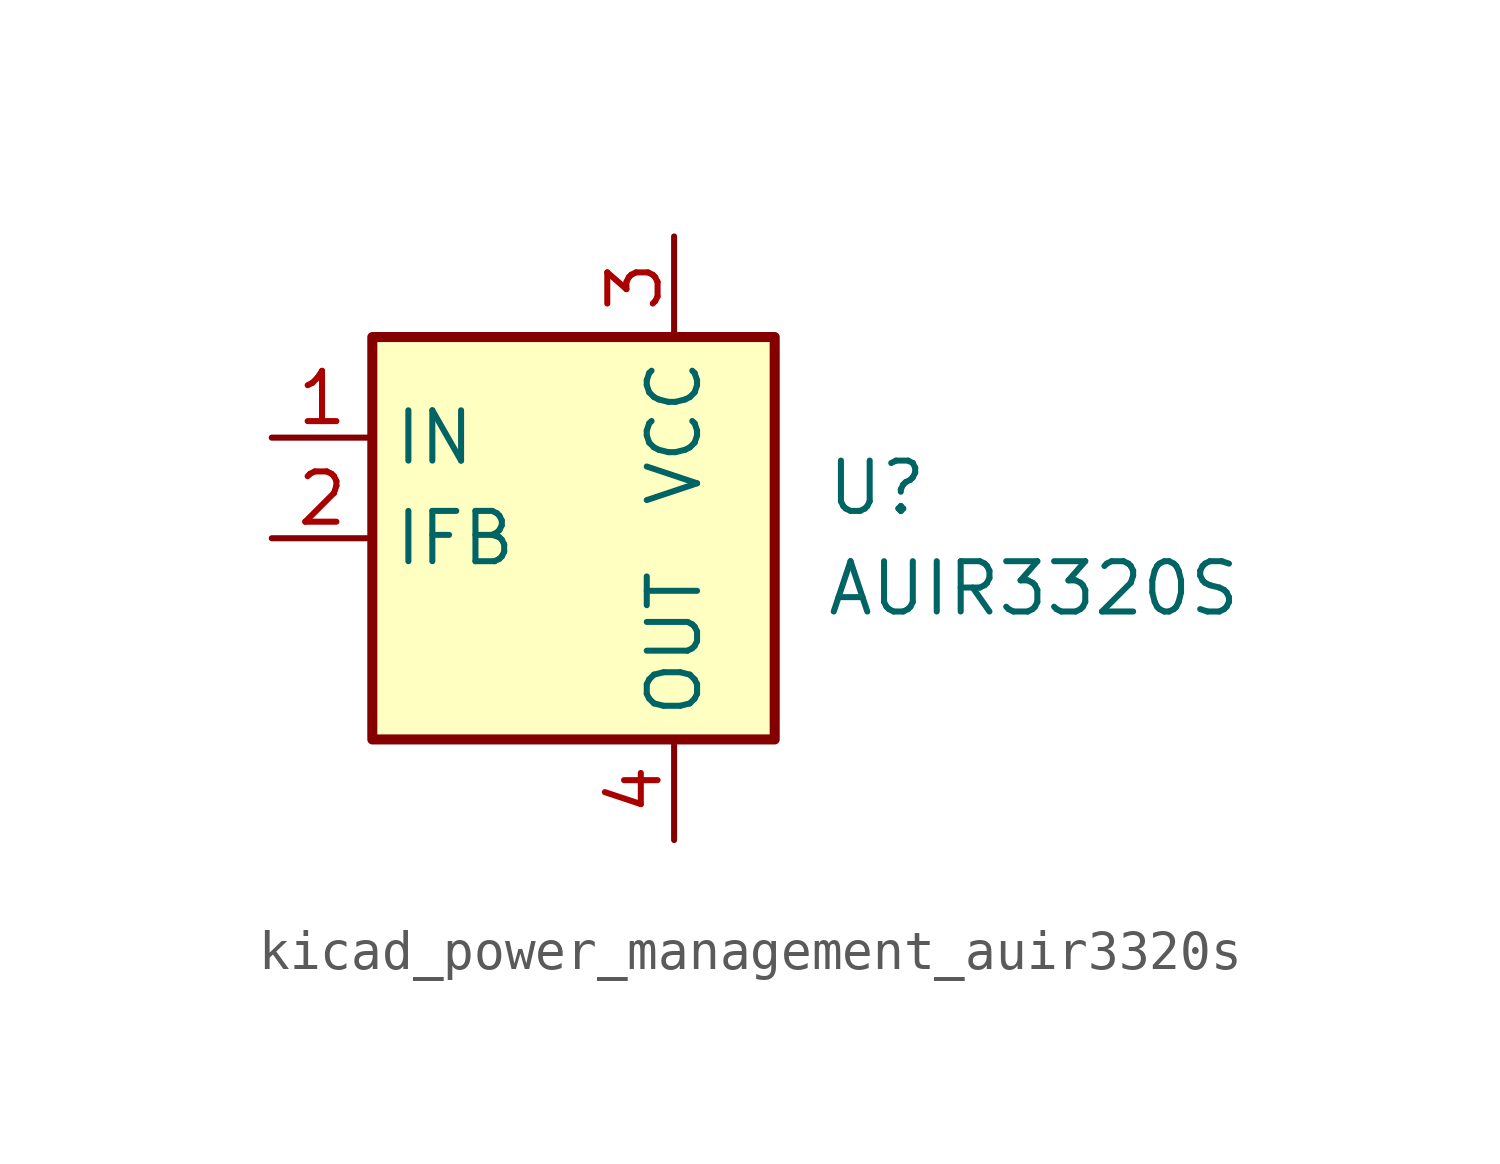
<source format=kicad_sym>
(kicad_symbol_lib
  (version 20220914)
  (generator kicad_symbol_editor)
  (symbol "kicad_power_management_auir3320s"
    (property "Reference" "U"
      (at 3.81 1.27 0)
      (effects (font (size 1.27 1.27)) (justify left)))
    (property "Value" "AUIR3320S"
      (at 3.81 -1.27 0)
      (effects (font (size 1.27 1.27)) (justify left)))
    (symbol "kicad_power_management_auir3320s_0_1"
      (rectangle (start -7.62 5.08) (end 2.54 -5.08) (stroke (width 0.254) (type default)) (fill (type background))))
    (symbol "kicad_power_management_auir3320s_1_1"
      (pin input line (at -10.16 2.54 0) (length 2.54) (name "IN" (effects (font (size 1.27 1.27)))) (number "1" (effects (font (size 1.27 1.27)))))
      (pin output line (at -10.16 0 0) (length 2.54) (name "IFB" (effects (font (size 1.27 1.27)))) (number "2" (effects (font (size 1.27 1.27)))))
      (pin power_in line (at 0 7.62 270) (length 2.54) (name "VCC" (effects (font (size 1.27 1.27)))) (number "3" (effects (font (size 1.27 1.27)))))
      (pin power_out line (at 0 -7.62 90) (length 2.54) (name "OUT" (effects (font (size 1.27 1.27)))) (number "4" (effects (font (size 1.27 1.27)))))
      (pin passive line (at 0 -7.62 90) (length 2.54) hide (name "OUT" (effects (font (size 1.27 1.27)))) (number "5" (effects (font (size 1.27 1.27))))))))
</source>
